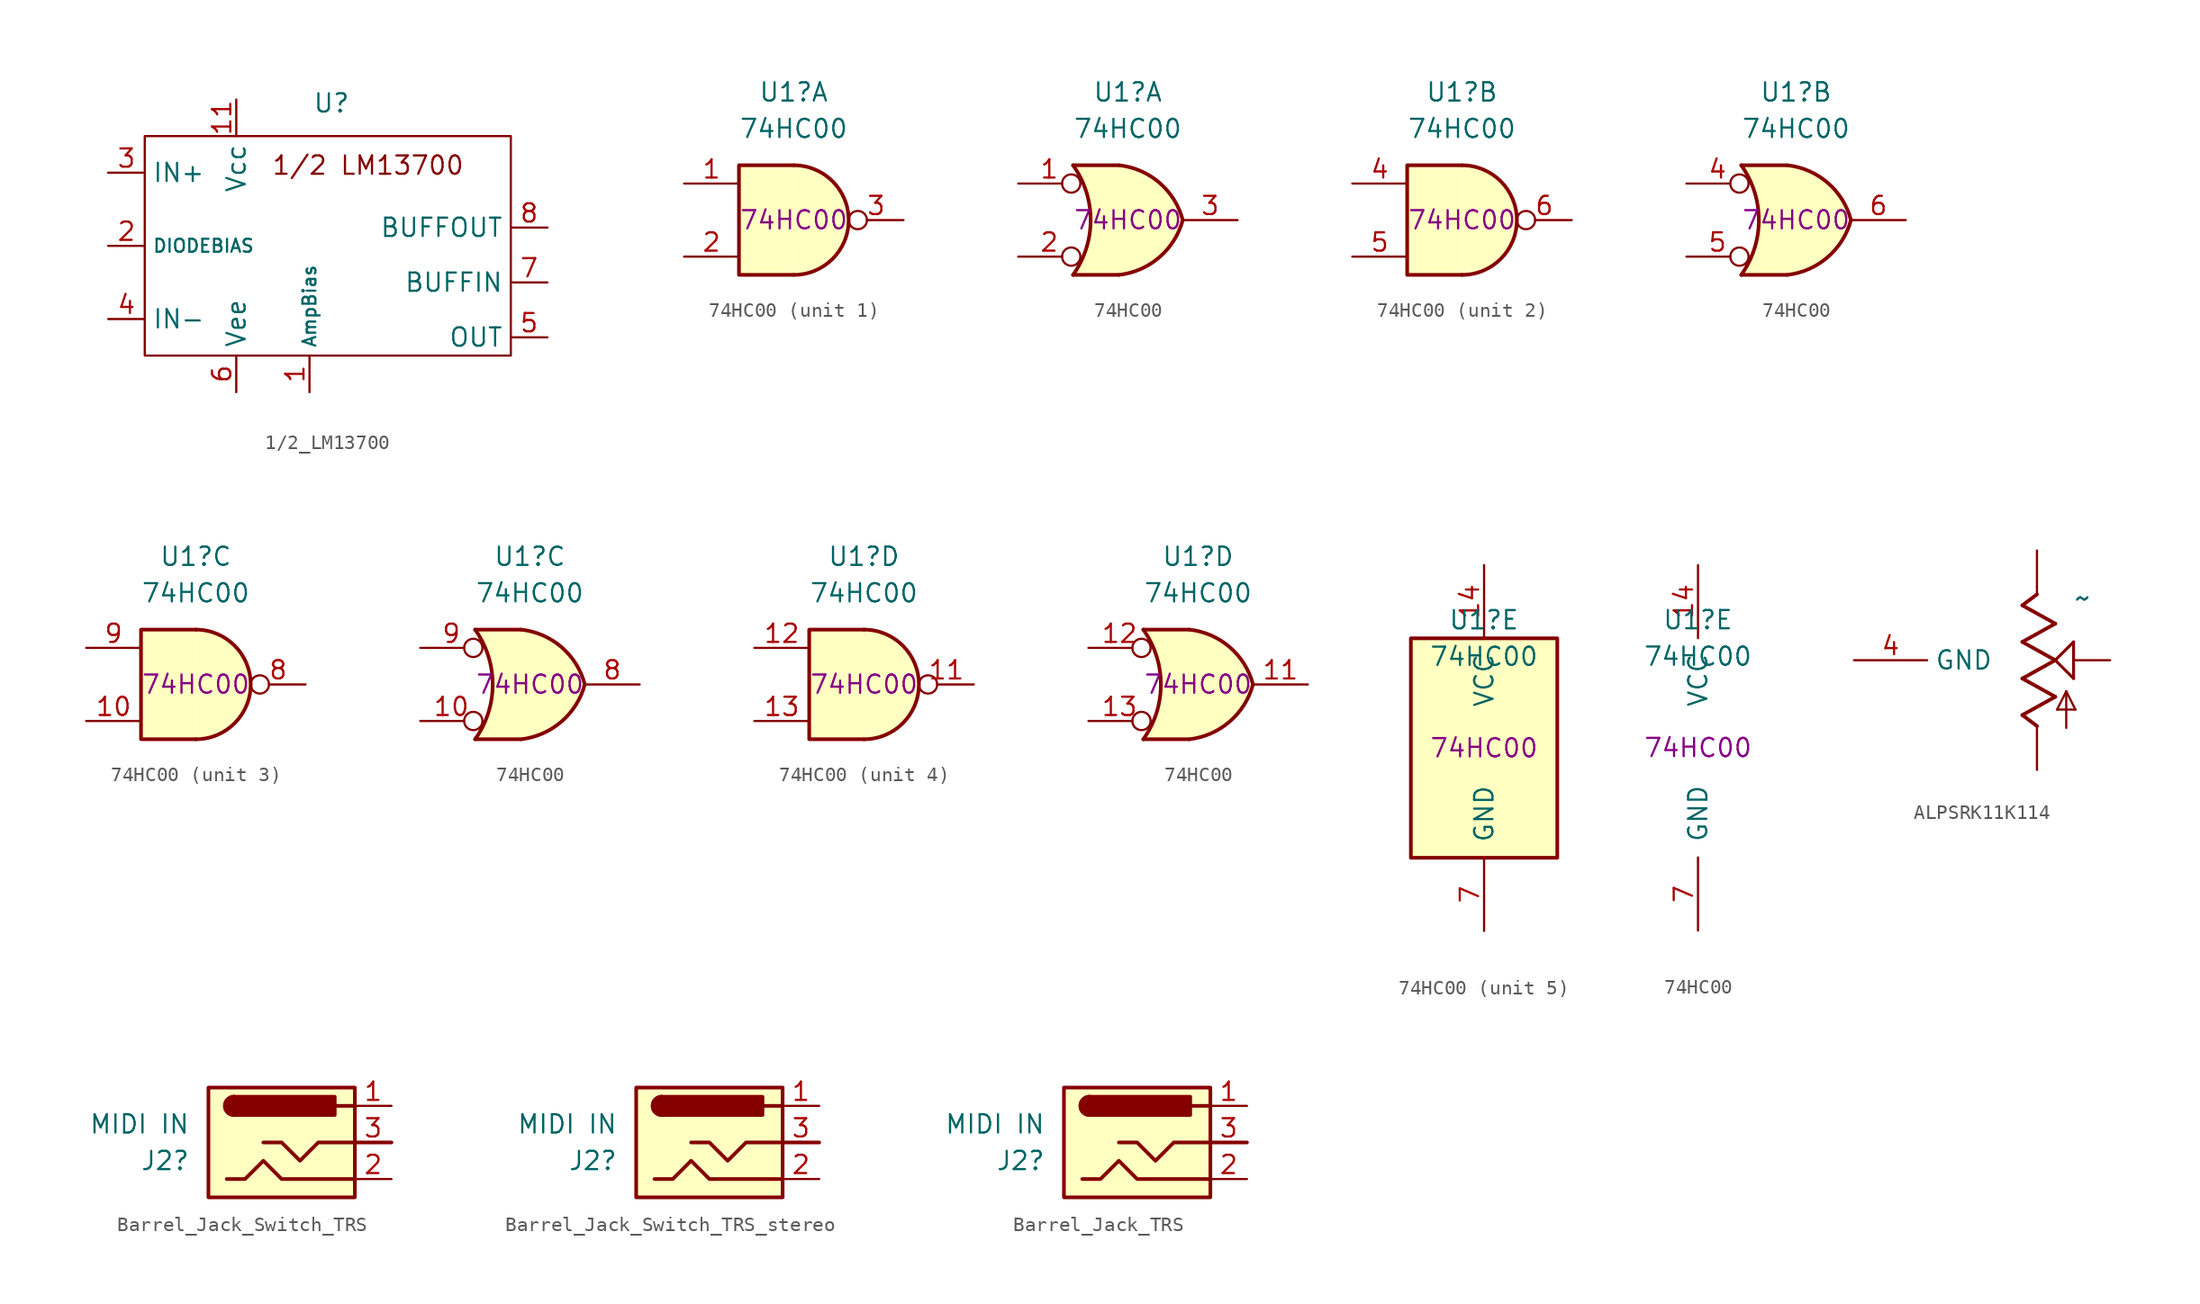
<source format=kicad_sym>
(kicad_symbol_lib
  (version 20241209)
  (generator "kicad_symbol_editor")
  (generator_version "9.0")
  (symbol "1/2_LM13700"
    (property "Reference" "U"
      (at 0.254 9.906 0)
      (effects (font (size 1.27 1.27))))
    (symbol "1/2_LM13700_0_1"
      (rectangle (start -12.7 7.62) (end 12.7 -7.62) (stroke (width 0) (type default)) (fill (type none))))
    (symbol "1/2_LM13700_1_1"
      (text "1/2 LM13700" (at 2.794 5.588 0) (effects (font (size 1.27 1.27))))
      (pin input line (at -15.24 5.08 0) (length 2.54) (name "IN+" (effects (font (size 1.27 1.27)))) (number "3" (effects (font (size 1.27 1.27)))))
      (pin input line (at -15.24 0 0) (length 2.54) (name "DIODEBIAS" (effects (font (size 0.9 0.9)))) (number "2" (effects (font (size 1.27 1.27)))))
      (pin input line (at -15.24 -5.08 0) (length 2.54) (name "IN-" (effects (font (size 1.27 1.27)))) (number "4" (effects (font (size 1.27 1.27)))))
      (pin power_in line (at -6.35 10.16 270) (length 2.54) (name "Vcc" (effects (font (size 1.27 1.27)))) (number "11" (effects (font (size 1.27 1.27)))))
      (pin power_in line (at -6.35 -10.16 90) (length 2.54) (name "Vee" (effects (font (size 1.27 1.27)))) (number "6" (effects (font (size 1.27 1.27)))))
      (pin input line (at -1.27 -10.16 90) (length 2.54) (name "AmpBias" (effects (font (size 0.9 0.9)))) (number "1" (effects (font (size 1.27 1.27)))))
      (pin output line (at 15.24 1.27 180) (length 2.54) (name "BUFFOUT" (effects (font (size 1.27 1.27)))) (number "8" (effects (font (size 1.27 1.27)))))
      (pin input line (at 15.24 -2.54 180) (length 2.54) (name "BUFFIN" (effects (font (size 1.27 1.27)))) (number "7" (effects (font (size 1.27 1.27)))))
      (pin output line (at 15.24 -6.35 180) (length 2.54) (name "OUT" (effects (font (size 1.27 1.27)))) (number "5" (effects (font (size 1.27 1.27)))))))
  (symbol "74HC00"
    (pin_names
      (offset 1.016))
    (property "Reference" "U1"
      (at -0.008 8.89 0)
      (effects (font (size 1.27 1.27))))
    (property "Value" "74HC00"
      (at -0.008 6.35 0)
      (effects (font (size 1.27 1.27))))
    (property "Sim.Name" "74HC00"
      (at 0 0 0)
      (effects (font (size 1.27 1.27))))
    (property "ki_locked" ""
      (at 0 0 0)
      (effects (font (size 1.27 1.27))))
    (symbol "74HC00_1_1"
      (arc (start 0 3.81) (mid 3.7934 0) (end 0 -3.81) (stroke (width 0.254) (type default)) (fill (type background)))
      (polyline (pts (xy 0 3.81) (xy -3.81 3.81) (xy -3.81 -3.81) (xy 0 -3.81)) (stroke (width 0.254) (type default)) (fill (type background)))
      (pin input line (at -7.62 2.54 0) (length 3.81) (name "~" (effects (font (size 1.27 1.27)))) (number "1" (effects (font (size 1.27 1.27)))))
      (pin input line (at -7.62 -2.54 0) (length 3.81) (name "~" (effects (font (size 1.27 1.27)))) (number "2" (effects (font (size 1.27 1.27)))))
      (pin output inverted (at 7.62 0 180) (length 3.81) (name "~" (effects (font (size 1.27 1.27)))) (number "3" (effects (font (size 1.27 1.27))))))
    (symbol "74HC00_1_2"
      (arc (start -3.81 3.81) (mid -2.589 0) (end -3.81 -3.81) (stroke (width 0.254) (type default)) (fill (type none)))
      (polyline (pts (xy -3.81 3.81) (xy -0.635 3.81)) (stroke (width 0.254) (type default)) (fill (type background)))
      (polyline (pts (xy -3.81 -3.81) (xy -0.635 -3.81)) (stroke (width 0.254) (type default)) (fill (type background)))
      (arc (start 3.81 0) (mid 2.1855 -2.584) (end -0.6096 -3.81) (stroke (width 0.254) (type default)) (fill (type background)))
      (arc (start -0.6096 3.81) (mid 2.1928 2.5924) (end 3.81 0) (stroke (width 0.254) (type default)) (fill (type background)))
      (polyline (pts (xy -0.635 3.81) (xy -3.81 3.81) (xy -3.81 3.81) (xy -3.556 3.404) (xy -3.023 2.261) (xy -2.692 1.041) (xy -2.616 -0.254) (xy -2.769 -1.499) (xy -3.175 -2.718) (xy -3.81 -3.81) (xy -3.81 -3.81) (xy -0.635 -3.81)) (stroke (width -25.4) (type default)) (fill (type background)))
      (pin input inverted (at -7.62 2.54 0) (length 4.318) (name "~" (effects (font (size 1.27 1.27)))) (number "1" (effects (font (size 1.27 1.27)))))
      (pin input inverted (at -7.62 -2.54 0) (length 4.318) (name "~" (effects (font (size 1.27 1.27)))) (number "2" (effects (font (size 1.27 1.27)))))
      (pin output line (at 7.62 0 180) (length 3.81) (name "~" (effects (font (size 1.27 1.27)))) (number "3" (effects (font (size 1.27 1.27))))))
    (symbol "74HC00_2_1"
      (arc (start 0 3.81) (mid 3.7934 0) (end 0 -3.81) (stroke (width 0.254) (type default)) (fill (type background)))
      (polyline (pts (xy 0 3.81) (xy -3.81 3.81) (xy -3.81 -3.81) (xy 0 -3.81)) (stroke (width 0.254) (type default)) (fill (type background)))
      (pin input line (at -7.62 2.54 0) (length 3.81) (name "~" (effects (font (size 1.27 1.27)))) (number "4" (effects (font (size 1.27 1.27)))))
      (pin input line (at -7.62 -2.54 0) (length 3.81) (name "~" (effects (font (size 1.27 1.27)))) (number "5" (effects (font (size 1.27 1.27)))))
      (pin output inverted (at 7.62 0 180) (length 3.81) (name "~" (effects (font (size 1.27 1.27)))) (number "6" (effects (font (size 1.27 1.27))))))
    (symbol "74HC00_2_2"
      (arc (start -3.81 3.81) (mid -2.589 0) (end -3.81 -3.81) (stroke (width 0.254) (type default)) (fill (type none)))
      (polyline (pts (xy -3.81 3.81) (xy -0.635 3.81)) (stroke (width 0.254) (type default)) (fill (type background)))
      (polyline (pts (xy -3.81 -3.81) (xy -0.635 -3.81)) (stroke (width 0.254) (type default)) (fill (type background)))
      (arc (start 3.81 0) (mid 2.1855 -2.584) (end -0.6096 -3.81) (stroke (width 0.254) (type default)) (fill (type background)))
      (arc (start -0.6096 3.81) (mid 2.1928 2.5924) (end 3.81 0) (stroke (width 0.254) (type default)) (fill (type background)))
      (polyline (pts (xy -0.635 3.81) (xy -3.81 3.81) (xy -3.81 3.81) (xy -3.556 3.404) (xy -3.023 2.261) (xy -2.692 1.041) (xy -2.616 -0.254) (xy -2.769 -1.499) (xy -3.175 -2.718) (xy -3.81 -3.81) (xy -3.81 -3.81) (xy -0.635 -3.81)) (stroke (width -25.4) (type default)) (fill (type background)))
      (pin input inverted (at -7.62 2.54 0) (length 4.318) (name "~" (effects (font (size 1.27 1.27)))) (number "4" (effects (font (size 1.27 1.27)))))
      (pin input inverted (at -7.62 -2.54 0) (length 4.318) (name "~" (effects (font (size 1.27 1.27)))) (number "5" (effects (font (size 1.27 1.27)))))
      (pin output line (at 7.62 0 180) (length 3.81) (name "~" (effects (font (size 1.27 1.27)))) (number "6" (effects (font (size 1.27 1.27))))))
    (symbol "74HC00_3_1"
      (arc (start 0 3.81) (mid 3.7934 0) (end 0 -3.81) (stroke (width 0.254) (type default)) (fill (type background)))
      (polyline (pts (xy 0 3.81) (xy -3.81 3.81) (xy -3.81 -3.81) (xy 0 -3.81)) (stroke (width 0.254) (type default)) (fill (type background)))
      (pin input line (at -7.62 2.54 0) (length 3.81) (name "~" (effects (font (size 1.27 1.27)))) (number "9" (effects (font (size 1.27 1.27)))))
      (pin input line (at -7.62 -2.54 0) (length 3.81) (name "~" (effects (font (size 1.27 1.27)))) (number "10" (effects (font (size 1.27 1.27)))))
      (pin output inverted (at 7.62 0 180) (length 3.81) (name "~" (effects (font (size 1.27 1.27)))) (number "8" (effects (font (size 1.27 1.27))))))
    (symbol "74HC00_3_2"
      (arc (start -3.81 3.81) (mid -2.589 0) (end -3.81 -3.81) (stroke (width 0.254) (type default)) (fill (type none)))
      (polyline (pts (xy -3.81 3.81) (xy -0.635 3.81)) (stroke (width 0.254) (type default)) (fill (type background)))
      (polyline (pts (xy -3.81 -3.81) (xy -0.635 -3.81)) (stroke (width 0.254) (type default)) (fill (type background)))
      (arc (start 3.81 0) (mid 2.1855 -2.584) (end -0.6096 -3.81) (stroke (width 0.254) (type default)) (fill (type background)))
      (arc (start -0.6096 3.81) (mid 2.1928 2.5924) (end 3.81 0) (stroke (width 0.254) (type default)) (fill (type background)))
      (polyline (pts (xy -0.635 3.81) (xy -3.81 3.81) (xy -3.81 3.81) (xy -3.556 3.404) (xy -3.023 2.261) (xy -2.692 1.041) (xy -2.616 -0.254) (xy -2.769 -1.499) (xy -3.175 -2.718) (xy -3.81 -3.81) (xy -3.81 -3.81) (xy -0.635 -3.81)) (stroke (width -25.4) (type default)) (fill (type background)))
      (pin input inverted (at -7.62 2.54 0) (length 4.318) (name "~" (effects (font (size 1.27 1.27)))) (number "9" (effects (font (size 1.27 1.27)))))
      (pin input inverted (at -7.62 -2.54 0) (length 4.318) (name "~" (effects (font (size 1.27 1.27)))) (number "10" (effects (font (size 1.27 1.27)))))
      (pin output line (at 7.62 0 180) (length 3.81) (name "~" (effects (font (size 1.27 1.27)))) (number "8" (effects (font (size 1.27 1.27))))))
    (symbol "74HC00_4_1"
      (arc (start 0 3.81) (mid 3.7934 0) (end 0 -3.81) (stroke (width 0.254) (type default)) (fill (type background)))
      (polyline (pts (xy 0 3.81) (xy -3.81 3.81) (xy -3.81 -3.81) (xy 0 -3.81)) (stroke (width 0.254) (type default)) (fill (type background)))
      (pin input line (at -7.62 2.54 0) (length 3.81) (name "~" (effects (font (size 1.27 1.27)))) (number "12" (effects (font (size 1.27 1.27)))))
      (pin input line (at -7.62 -2.54 0) (length 3.81) (name "~" (effects (font (size 1.27 1.27)))) (number "13" (effects (font (size 1.27 1.27)))))
      (pin output inverted (at 7.62 0 180) (length 3.81) (name "~" (effects (font (size 1.27 1.27)))) (number "11" (effects (font (size 1.27 1.27))))))
    (symbol "74HC00_4_2"
      (arc (start -3.81 3.81) (mid -2.589 0) (end -3.81 -3.81) (stroke (width 0.254) (type default)) (fill (type none)))
      (polyline (pts (xy -3.81 3.81) (xy -0.635 3.81)) (stroke (width 0.254) (type default)) (fill (type background)))
      (polyline (pts (xy -3.81 -3.81) (xy -0.635 -3.81)) (stroke (width 0.254) (type default)) (fill (type background)))
      (arc (start 3.81 0) (mid 2.1855 -2.584) (end -0.6096 -3.81) (stroke (width 0.254) (type default)) (fill (type background)))
      (arc (start -0.6096 3.81) (mid 2.1928 2.5924) (end 3.81 0) (stroke (width 0.254) (type default)) (fill (type background)))
      (polyline (pts (xy -0.635 3.81) (xy -3.81 3.81) (xy -3.81 3.81) (xy -3.556 3.404) (xy -3.023 2.261) (xy -2.692 1.041) (xy -2.616 -0.254) (xy -2.769 -1.499) (xy -3.175 -2.718) (xy -3.81 -3.81) (xy -3.81 -3.81) (xy -0.635 -3.81)) (stroke (width -25.4) (type default)) (fill (type background)))
      (pin input inverted (at -7.62 2.54 0) (length 4.318) (name "~" (effects (font (size 1.27 1.27)))) (number "12" (effects (font (size 1.27 1.27)))))
      (pin input inverted (at -7.62 -2.54 0) (length 4.318) (name "~" (effects (font (size 1.27 1.27)))) (number "13" (effects (font (size 1.27 1.27)))))
      (pin output line (at 7.62 0 180) (length 3.81) (name "~" (effects (font (size 1.27 1.27)))) (number "11" (effects (font (size 1.27 1.27))))))
    (symbol "74HC00_5_0"
      (pin power_in line (at 0 12.7 270) (length 5.08) (name "VCC" (effects (font (size 1.27 1.27)))) (number "14" (effects (font (size 1.27 1.27)))))
      (pin power_in line (at 0 -12.7 90) (length 5.08) (name "GND" (effects (font (size 1.27 1.27)))) (number "7" (effects (font (size 1.27 1.27))))))
    (symbol "74HC00_5_1"
      (rectangle (start -5.08 7.62) (end 5.08 -7.62) (stroke (width 0.254) (type default)) (fill (type background)))))
  (symbol "ALPSRK11K114"
    (property "Reference" "CTP"
      (at -6.35 3.302 0)
      (effects (font (size 1.778 1.511)) (justify left bottom) (hide yes)))
    (property "Value" "~"
      (at 2.54 3.302 0)
      (effects (font (size 1.778 1.511)) (justify left bottom)))
    (symbol "ALPSRK11K114_1_0"
      (polyline (pts (xy -1.016 3.81) (xy 0 4.572)) (stroke (width 0.254) (type solid)) (fill (type none)))
      (polyline (pts (xy -1.016 1.27) (xy 1.27 2.54)) (stroke (width 0.254) (type solid)) (fill (type none)))
      (polyline (pts (xy -1.016 -1.27) (xy 1.27 0)) (stroke (width 0.254) (type solid)) (fill (type none)))
      (polyline (pts (xy -1.016 -3.81) (xy 1.27 -2.54)) (stroke (width 0.254) (type solid)) (fill (type none)))
      (polyline (pts (xy 0 4.572) (xy 0 5.08)) (stroke (width 0.152) (type solid)) (fill (type none)))
      (polyline (pts (xy 0 -4.572) (xy -1.016 -3.81)) (stroke (width 0.254) (type solid)) (fill (type none)))
      (polyline (pts (xy 0 -5.08) (xy 0 -4.572)) (stroke (width 0.152) (type solid)) (fill (type none)))
      (polyline (pts (xy 1.27 2.54) (xy -1.016 3.81)) (stroke (width 0.254) (type solid)) (fill (type none)))
      (polyline (pts (xy 1.27 0) (xy -1.016 1.27)) (stroke (width 0.254) (type solid)) (fill (type none)))
      (polyline (pts (xy 1.27 0) (xy 2.54 1.27)) (stroke (width 0.203) (type solid)) (fill (type none)))
      (polyline (pts (xy 1.27 -2.54) (xy -1.016 -1.27)) (stroke (width 0.254) (type solid)) (fill (type none)))
      (polyline (pts (xy 1.397 -3.429) (xy 2.032 -2.159)) (stroke (width 0.152) (type solid)) (fill (type none)))
      (polyline (pts (xy 2.032 -2.159) (xy 2.667 -3.429)) (stroke (width 0.152) (type solid)) (fill (type none)))
      (polyline (pts (xy 2.032 -4.699) (xy 2.032 -2.159)) (stroke (width 0.152) (type solid)) (fill (type none)))
      (polyline (pts (xy 2.54 1.27) (xy 2.54 -1.27)) (stroke (width 0.203) (type solid)) (fill (type none)))
      (polyline (pts (xy 2.54 -1.27) (xy 1.27 0)) (stroke (width 0.203) (type solid)) (fill (type none)))
      (polyline (pts (xy 2.667 -3.429) (xy 1.397 -3.429)) (stroke (width 0.152) (type solid)) (fill (type none)))
      (pin power_in line (at -12.7 0 0) (length 5.08) (name "GND" (effects (font (size 1.27 1.27)))) (number "4" (effects (font (size 1.27 1.27)))))
      (pin passive line (at 0 7.62 270) (length 2.54) (name "HIGH" (effects (font (size 0 0)))) (number "3" (effects (font (size 0 0)))))
      (pin passive line (at 0 -7.62 90) (length 2.54) (name "LOW" (effects (font (size 0 0)))) (number "1" (effects (font (size 0 0)))))
      (pin passive line (at 5.08 0 180) (length 2.54) (name "WIPER" (effects (font (size 0 0)))) (number "2" (effects (font (size 0 0)))))))
  (symbol "Barrel_Jack_Switch_TRS"
    (pin_names
      (hide yes))
    (property "Reference" "J2"
      (at -6.35 -1.27 0)
      (effects (font (size 1.27 1.27)) (justify right)))
    (property "Value" "MIDI IN"
      (at -6.35 1.27 0)
      (effects (font (size 1.27 1.27)) (justify right)))
    (symbol "Barrel_Jack_Switch_TRS_0_1"
      (rectangle (start -5.08 3.81) (end 5.08 -3.81) (stroke (width 0.254) (type default)) (fill (type background)))
      (polyline (pts (xy -3.81 -2.54) (xy -2.54 -2.54) (xy -1.27 -1.27) (xy 0 -2.54) (xy 2.54 -2.54) (xy 5.08 -2.54)) (stroke (width 0.254) (type default)) (fill (type none)))
      (arc (start -3.302 1.905) (mid -3.9343 2.54) (end -3.302 3.175) (stroke (width 0.254) (type default)) (fill (type none)))
      (arc (start -3.302 1.905) (mid -3.9343 2.54) (end -3.302 3.175) (stroke (width 0.254) (type default)) (fill (type outline)))
      (polyline (pts (xy -1.27 0) (xy 0 0) (xy 1.27 -1.27) (xy 2.54 0) (xy 5.08 0) (xy 7.62 0)) (stroke (width 0.254) (type default)) (fill (type none)))
      (rectangle (start 3.683 3.175) (end -3.302 1.905) (stroke (width 0.254) (type default)) (fill (type outline)))
      (polyline (pts (xy 5.08 2.54) (xy 3.81 2.54)) (stroke (width 0.254) (type default)) (fill (type none))))
    (symbol "Barrel_Jack_Switch_TRS_1_1"
      (pin passive line (at 7.62 2.54 180) (length 2.54) (name "~" (effects (font (size 1.27 1.27)))) (number "1" (effects (font (size 1.27 1.27)))))
      (pin passive line (at 7.62 0 180) (length 2.54) (name "~" (effects (font (size 1.27 1.27)))) (number "3" (effects (font (size 1.27 1.27)))))
      (pin passive line (at 7.62 -2.54 180) (length 2.54) (name "~" (effects (font (size 1.27 1.27)))) (number "2" (effects (font (size 1.27 1.27)))))))
  (symbol "Barrel_Jack_Switch_TRS_stereo"
    (pin_names
      (hide yes))
    (property "Reference" "J2"
      (at -6.35 -1.27 0)
      (effects (font (size 1.27 1.27)) (justify right)))
    (property "Value" "MIDI IN"
      (at -6.35 1.27 0)
      (effects (font (size 1.27 1.27)) (justify right)))
    (symbol "Barrel_Jack_Switch_TRS_stereo_0_1"
      (rectangle (start -5.08 3.81) (end 5.08 -3.81) (stroke (width 0.254) (type default)) (fill (type background)))
      (polyline (pts (xy -3.81 -2.54) (xy -2.54 -2.54) (xy -1.27 -1.27) (xy 0 -2.54) (xy 2.54 -2.54) (xy 5.08 -2.54)) (stroke (width 0.254) (type default)) (fill (type none)))
      (arc (start -3.302 1.905) (mid -3.9343 2.54) (end -3.302 3.175) (stroke (width 0.254) (type default)) (fill (type none)))
      (arc (start -3.302 1.905) (mid -3.9343 2.54) (end -3.302 3.175) (stroke (width 0.254) (type default)) (fill (type outline)))
      (polyline (pts (xy -1.27 0) (xy 0 0) (xy 1.27 -1.27) (xy 2.54 0) (xy 5.08 0) (xy 7.62 0)) (stroke (width 0.254) (type default)) (fill (type none)))
      (rectangle (start 3.683 3.175) (end -3.302 1.905) (stroke (width 0.254) (type default)) (fill (type outline)))
      (polyline (pts (xy 5.08 2.54) (xy 3.81 2.54)) (stroke (width 0.254) (type default)) (fill (type none))))
    (symbol "Barrel_Jack_Switch_TRS_stereo_1_1"
      (pin passive line (at 7.62 2.54 180) (length 2.54) (name "~" (effects (font (size 1.27 1.27)))) (number "1" (effects (font (size 1.27 1.27)))))
      (pin passive line (at 7.62 0 180) (length 2.54) (name "~" (effects (font (size 1.27 1.27)))) (number "3" (effects (font (size 1.27 1.27)))))
      (pin passive line (at 7.62 -2.54 180) (length 2.54) (name "~" (effects (font (size 1.27 1.27)))) (number "2" (effects (font (size 1.27 1.27)))))))
  (symbol "Barrel_Jack_TRS"
    (pin_names
      (hide yes))
    (property "Reference" "J2"
      (at -6.35 -1.27 0)
      (effects (font (size 1.27 1.27)) (justify right)))
    (property "Value" "MIDI IN"
      (at -6.35 1.27 0)
      (effects (font (size 1.27 1.27)) (justify right)))
    (symbol "Barrel_Jack_TRS_0_1"
      (rectangle (start -5.08 3.81) (end 5.08 -3.81) (stroke (width 0.254) (type default)) (fill (type background)))
      (polyline (pts (xy -3.81 -2.54) (xy -2.54 -2.54) (xy -1.27 -1.27) (xy 0 -2.54) (xy 2.54 -2.54) (xy 5.08 -2.54)) (stroke (width 0.254) (type default)) (fill (type none)))
      (arc (start -3.302 1.905) (mid -3.9343 2.54) (end -3.302 3.175) (stroke (width 0.254) (type default)) (fill (type none)))
      (arc (start -3.302 1.905) (mid -3.9343 2.54) (end -3.302 3.175) (stroke (width 0.254) (type default)) (fill (type outline)))
      (polyline (pts (xy -1.27 0) (xy 0 0) (xy 1.27 -1.27) (xy 2.54 0) (xy 5.08 0) (xy 7.62 0)) (stroke (width 0.254) (type default)) (fill (type none)))
      (rectangle (start 3.683 3.175) (end -3.302 1.905) (stroke (width 0.254) (type default)) (fill (type outline)))
      (polyline (pts (xy 5.08 2.54) (xy 3.81 2.54)) (stroke (width 0.254) (type default)) (fill (type none))))
    (symbol "Barrel_Jack_TRS_1_1"
      (pin passive line (at 7.62 2.54 180) (length 2.54) (name "~" (effects (font (size 1.27 1.27)))) (number "1" (effects (font (size 1.27 1.27)))))
      (pin passive line (at 7.62 0 180) (length 2.54) (name "~" (effects (font (size 1.27 1.27)))) (number "3" (effects (font (size 1.27 1.27)))))
      (pin passive line (at 7.62 -2.54 180) (length 2.54) (name "~" (effects (font (size 1.27 1.27)))) (number "2" (effects (font (size 1.27 1.27))))))))
</source>
